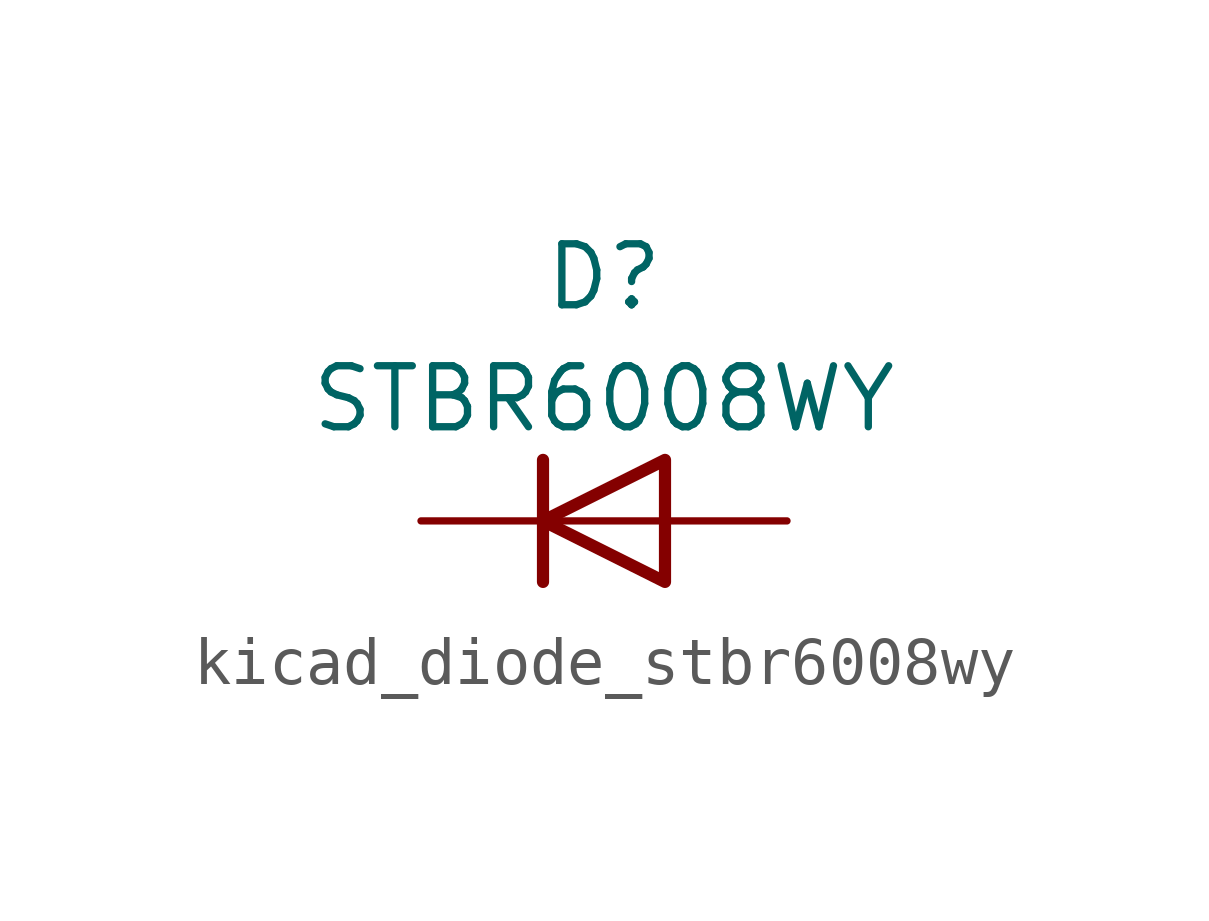
<source format=kicad_sym>
(kicad_symbol_lib
  (version 20220914)
  (generator kicad_symbol_editor)
  (symbol "kicad_diode_stbr6008wy"
    (pin_numbers hide)
    (pin_names hide)
    (property "Reference" "D"
      (at 0 5.08 0)
      (effects (font (size 1.27 1.27))))
    (property "Value" "STBR6008WY"
      (at 0 2.54 0)
      (effects (font (size 1.27 1.27))))
    (symbol "kicad_diode_stbr6008wy_0_1"
      (polyline (pts (xy -1.27 1.27) (xy -1.27 -1.27)) (stroke (width 0.254) (type default)) (fill (type none)))
      (polyline (pts (xy 1.27 0) (xy -1.27 0)) (stroke (width 0) (type default)) (fill (type none)))
      (polyline (pts (xy 1.27 1.27) (xy 1.27 -1.27) (xy -1.27 0) (xy 1.27 1.27)) (stroke (width 0.254) (type default)) (fill (type none))))
    (symbol "kicad_diode_stbr6008wy_1_1"
      (pin passive line (at -3.81 0 0) (length 2.54) (name "K" (effects (font (size 1.27 1.27)))) (number "1" (effects (font (size 1.27 1.27)))))
      (pin passive line (at 3.81 0 180) (length 2.54) (name "A" (effects (font (size 1.27 1.27)))) (number "2" (effects (font (size 1.27 1.27))))))))
</source>
